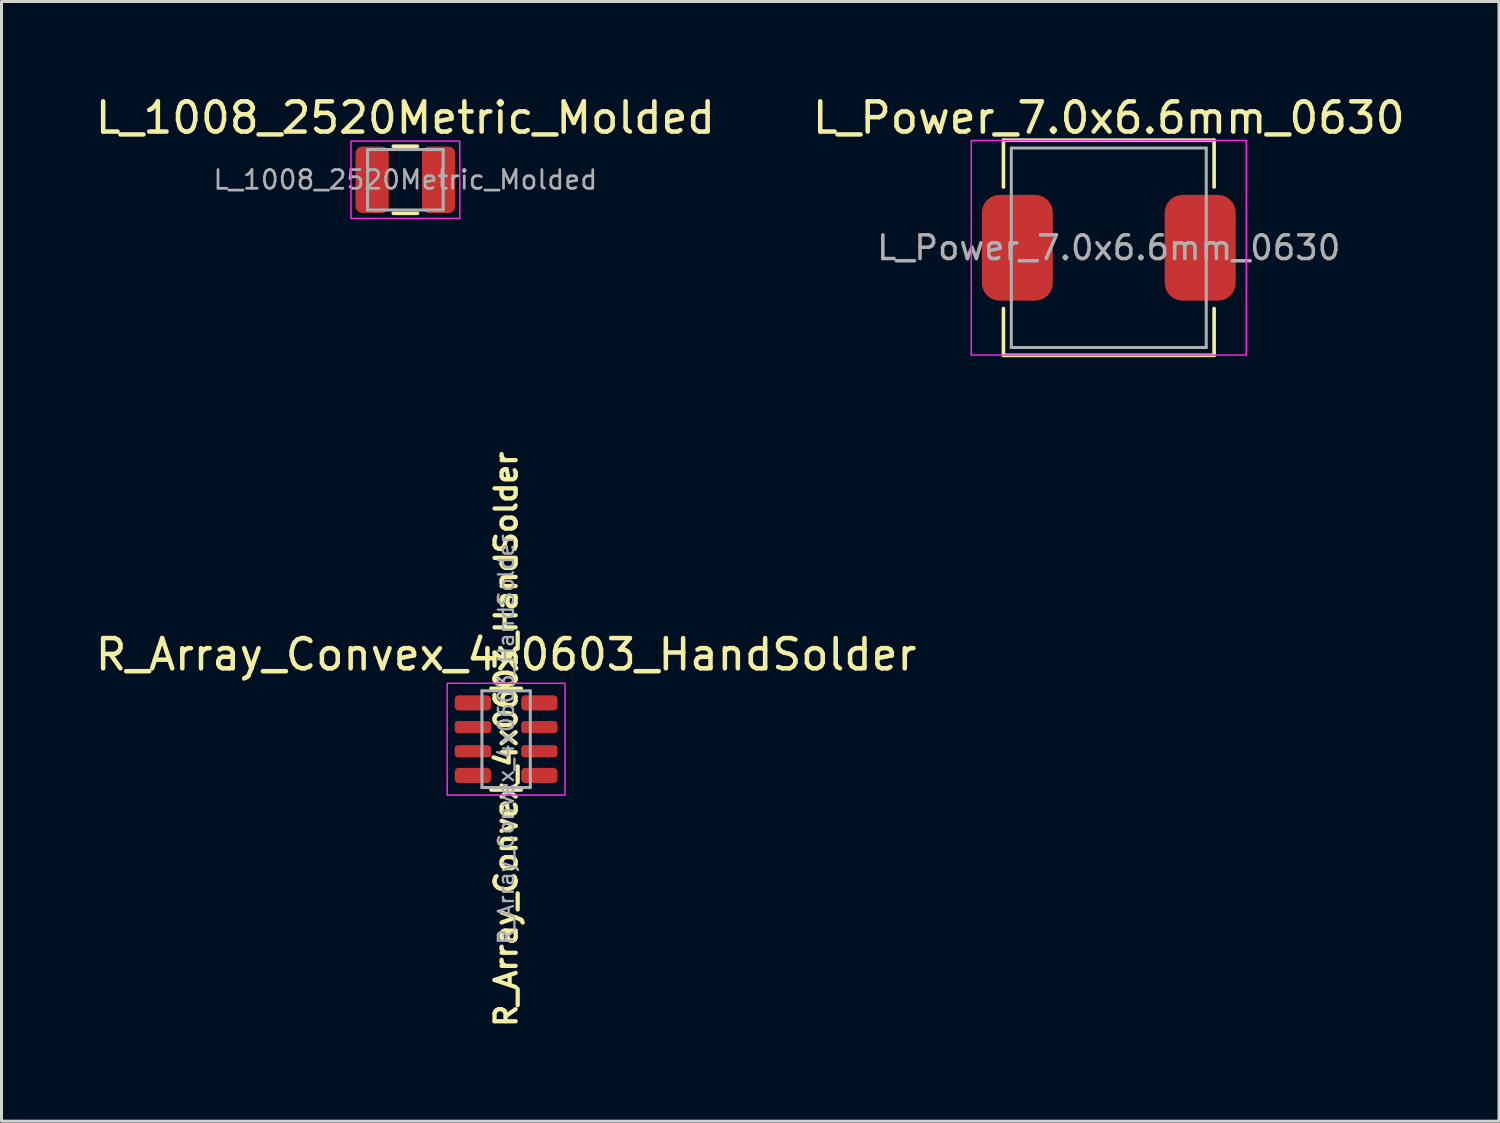
<source format=kicad_pcb>
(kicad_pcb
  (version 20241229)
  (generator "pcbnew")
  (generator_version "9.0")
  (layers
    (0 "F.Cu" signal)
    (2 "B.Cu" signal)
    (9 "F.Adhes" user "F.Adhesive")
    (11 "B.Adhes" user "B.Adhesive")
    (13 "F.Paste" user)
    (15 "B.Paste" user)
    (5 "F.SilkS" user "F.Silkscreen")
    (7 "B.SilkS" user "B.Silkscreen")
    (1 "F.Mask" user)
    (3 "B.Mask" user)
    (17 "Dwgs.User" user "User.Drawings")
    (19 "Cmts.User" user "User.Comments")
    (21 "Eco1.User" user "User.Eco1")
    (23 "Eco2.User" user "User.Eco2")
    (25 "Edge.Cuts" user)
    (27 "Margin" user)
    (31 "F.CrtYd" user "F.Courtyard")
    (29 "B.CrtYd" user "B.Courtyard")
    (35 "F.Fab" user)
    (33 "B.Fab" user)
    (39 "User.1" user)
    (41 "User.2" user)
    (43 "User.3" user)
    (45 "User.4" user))
  (footprint "L_1008_2520Metric_Molded"
    (layer "F.Cu")
    (at 10.363 2.898)
    (property "Reference" "L_1008_2520Metric_Molded" (at 0 -2.05 0) (layer "F.SilkS") (effects (font (size 1 1) (thickness 0.15))))
    (attr smd)
    (fp_line (start -0.4 -1.11) (end 0.4 -1.11) (stroke (width 0.12) (type solid)) (layer "F.SilkS"))
    (fp_line (start -0.4 1.11) (end 0.4 1.11) (stroke (width 0.12) (type solid)) (layer "F.SilkS"))
    (fp_rect (start -1.8 -1.28) (end 1.8 1.28) (stroke (width 0.05) (type default)) (fill no) (layer "F.CrtYd"))
    (fp_line (start -1.25 -1) (end 1.25 -1) (stroke (width 0.1) (type solid)) (layer "F.Fab"))
    (fp_line (start -1.25 1) (end -1.25 -1) (stroke (width 0.1) (type solid)) (layer "F.Fab"))
    (fp_line (start 1.25 -1) (end 1.25 1) (stroke (width 0.1) (type solid)) (layer "F.Fab"))
    (fp_line (start 1.25 1) (end -1.25 1) (stroke (width 0.1) (type solid)) (layer "F.Fab"))
    (fp_text user "${REFERENCE}" (at 0 0 0) (layer "F.Fab") (effects (font (size 0.62 0.62) (thickness 0.09))))
    (pad "1" smd roundrect (at -1.1 0) (size 1.1 2.2) (layers "F.Cu" "F.Mask" "F.Paste") (roundrect_rratio 0.2))
    (pad "2" smd roundrect (at 1.1 0) (size 1.1 2.2) (layers "F.Cu" "F.Mask" "F.Paste") (roundrect_rratio 0.2)))
  (footprint "R_Array_Convex_4x0603_HandSolder"
    (layer "F.Cu")
    (at 13.696 21.408)
    (property "Reference" "R_Array_Convex_4x0603_HandSolder" (at 0 -2.8 0) (layer "F.SilkS") (effects (font (size 1 1) (thickness 0.15))))
    (property "Value" "R_Array_Convex_4x0603_HandSolder" (at 0 2.8 0) (layer "F.Fab") (hide yes) (effects (font (size 1 1) (thickness 0.15))))
    (attr smd)
    (fp_line (start 0.5 -1.68) (end -0.5 -1.68) (stroke (width 0.12) (type solid)) (layer "F.SilkS"))
    (fp_line (start 0.5 1.68) (end -0.5 1.68) (stroke (width 0.12) (type solid)) (layer "F.SilkS"))
    (fp_rect (start -1.95 -1.85) (end 1.95 1.85) (stroke (width 0.05) (type default)) (fill no) (layer "F.CrtYd"))
    (fp_line (start -0.8 -1.6) (end 0.8 -1.6) (stroke (width 0.1) (type solid)) (layer "F.Fab"))
    (fp_line (start -0.8 1.6) (end -0.8 -1.6) (stroke (width 0.1) (type solid)) (layer "F.Fab"))
    (fp_line (start 0.8 -1.6) (end 0.8 1.6) (stroke (width 0.1) (type solid)) (layer "F.Fab"))
    (fp_line (start 0.8 1.6) (end -0.8 1.6) (stroke (width 0.1) (type solid)) (layer "F.Fab"))
    (fp_text user "${VALUE}" (at 0 0 90) (layer "F.SilkS") (effects (font (size 0.7 0.7) (thickness 0.14) (bold yes))))
    (fp_text user "${REFERENCE}" (at 0 0 90) (layer "F.Fab") (effects (font (size 0.5 0.5) (thickness 0.075))))
    (pad "1" smd roundrect (at -1.1 -1.2) (size 1.2 0.5) (layers "F.Cu" "F.Mask" "F.Paste") (roundrect_rratio 0.25))
    (pad "2" smd roundrect (at -1.1 -0.4) (size 1.2 0.4) (layers "F.Cu" "F.Mask" "F.Paste") (roundrect_rratio 0.25))
    (pad "3" smd roundrect (at -1.1 0.4) (size 1.2 0.4) (layers "F.Cu" "F.Mask" "F.Paste") (roundrect_rratio 0.25))
    (pad "4" smd roundrect (at -1.1 1.2) (size 1.2 0.5) (layers "F.Cu" "F.Mask" "F.Paste") (roundrect_rratio 0.25))
    (pad "5" smd roundrect (at 1.1 1.2) (size 1.2 0.5) (layers "F.Cu" "F.Mask" "F.Paste") (roundrect_rratio 0.25))
    (pad "6" smd roundrect (at 1.1 0.4) (size 1.2 0.4) (layers "F.Cu" "F.Mask" "F.Paste") (roundrect_rratio 0.25))
    (pad "7" smd roundrect (at 1.1 -0.4) (size 1.2 0.4) (layers "F.Cu" "F.Mask" "F.Paste") (roundrect_rratio 0.25))
    (pad "8" smd roundrect (at 1.1 -1.2) (size 1.2 0.5) (layers "F.Cu" "F.Mask" "F.Paste") (roundrect_rratio 0.25)))
  (footprint "L_Power_7.0x6.6mm_0630"
    (layer "F.Cu")
    (at 33.637 5.148)
    (property "Reference" "L_Power_7.0x6.6mm_0630" (at 0 -4.3 0) (layer "F.SilkS") (effects (font (size 1 1) (thickness 0.15))))
    (attr smd)
    (fp_line (start -3.485 -3.56) (end -3.485 -2.01) (stroke (width 0.12) (type solid)) (layer "F.SilkS"))
    (fp_line (start -3.485 -3.56) (end 3.485 -3.56) (stroke (width 0.12) (type solid)) (layer "F.SilkS"))
    (fp_line (start -3.485 3.56) (end -3.485 2.01) (stroke (width 0.12) (type solid)) (layer "F.SilkS"))
    (fp_line (start -3.485 3.56) (end 3.485 3.56) (stroke (width 0.12) (type solid)) (layer "F.SilkS"))
    (fp_line (start 3.485 -3.56) (end 3.485 -2.01) (stroke (width 0.12) (type solid)) (layer "F.SilkS"))
    (fp_line (start 3.485 3.56) (end 3.485 2.01) (stroke (width 0.12) (type solid)) (layer "F.SilkS"))
    (fp_rect (start -4.55 -3.55) (end 4.55 3.55) (stroke (width 0.05) (type default)) (fill no) (layer "F.CrtYd"))
    (fp_line (start -3.225 -3.3) (end -3.225 3.3) (stroke (width 0.1) (type solid)) (layer "F.Fab"))
    (fp_line (start -3.225 3.3) (end 3.225 3.3) (stroke (width 0.1) (type solid)) (layer "F.Fab"))
    (fp_line (start 3.225 -3.3) (end -3.225 -3.3) (stroke (width 0.1) (type solid)) (layer "F.Fab"))
    (fp_line (start 3.225 3.3) (end 3.225 -3.3) (stroke (width 0.1) (type solid)) (layer "F.Fab"))
    (fp_text user "${REFERENCE}" (at 0 0 0) (layer "F.Fab") (effects (font (size 0.783 0.783) (thickness 0.117))))
    (pad "1" smd roundrect (at -3.025 0) (size 2.35 3.5) (layers "F.Cu" "F.Mask" "F.Paste") (roundrect_rratio 0.25))
    (pad "2" smd roundrect (at 3.025 0) (size 2.35 3.5) (layers "F.Cu" "F.Mask" "F.Paste") (roundrect_rratio 0.25)))
  (gr_rect
    (start -3 -3)
    (end 46.548 34.048)
    (stroke (width 0.1) (type default))
    (fill no)
    (layer "Edge.Cuts")))
</source>
